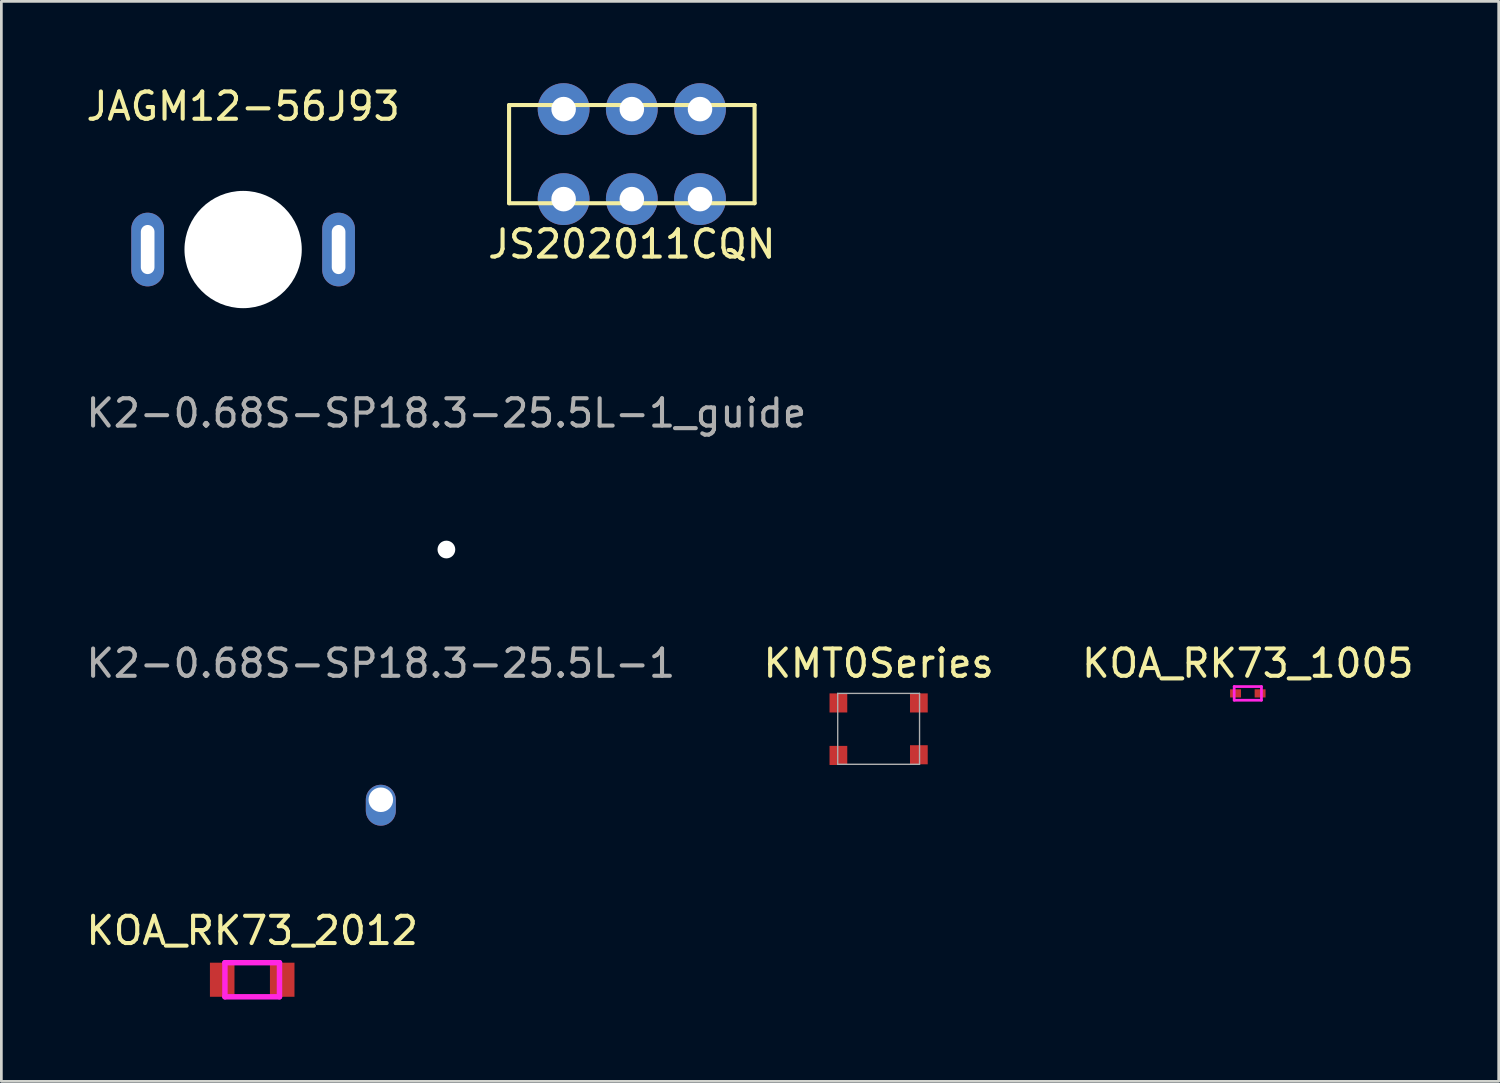
<source format=kicad_pcb>
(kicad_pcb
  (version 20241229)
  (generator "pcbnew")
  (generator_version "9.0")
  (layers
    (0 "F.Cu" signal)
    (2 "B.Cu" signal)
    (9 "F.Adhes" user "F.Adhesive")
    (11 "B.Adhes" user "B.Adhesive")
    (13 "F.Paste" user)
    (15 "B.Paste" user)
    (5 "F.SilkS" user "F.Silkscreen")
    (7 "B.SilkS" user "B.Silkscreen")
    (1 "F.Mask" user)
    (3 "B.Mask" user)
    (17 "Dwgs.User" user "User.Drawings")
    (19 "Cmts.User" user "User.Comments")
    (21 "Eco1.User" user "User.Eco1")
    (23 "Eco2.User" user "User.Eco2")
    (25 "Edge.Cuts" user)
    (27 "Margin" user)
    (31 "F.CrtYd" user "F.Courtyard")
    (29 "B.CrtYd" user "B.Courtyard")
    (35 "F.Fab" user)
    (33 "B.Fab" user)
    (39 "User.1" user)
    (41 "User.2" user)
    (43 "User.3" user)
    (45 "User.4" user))
  (footprint "KMT0Series"
    (layer "F.Cu")
    (at 29.161 23.67)
    (property "Reference" "KMT0Series" (at 0 -2.4 0) (layer "F.SilkS") (effects (font (size 1 1) (thickness 0.15))))
    (attr through_hole)
    (fp_line (start -1.5 -1.3) (end 1.5 -1.3) (stroke (width 0.05) (type solid)) (layer "F.Fab"))
    (fp_line (start -1.5 1.3) (end -1.5 -1.3) (stroke (width 0.05) (type solid)) (layer "F.Fab"))
    (fp_line (start 1.5 -1.3) (end 1.5 1.3) (stroke (width 0.05) (type solid)) (layer "F.Fab"))
    (fp_line (start 1.5 1.3) (end -1.5 1.3) (stroke (width 0.05) (type solid)) (layer "F.Fab"))
    (pad "1" smd rect (at -1.475 -0.95) (size 0.65 0.7) (layers "F.Cu" "F.Mask" "F.Paste"))
    (pad "2" smd rect (at 1.475 -0.95) (size 0.65 0.7) (layers "F.Cu" "F.Mask" "F.Paste"))
    (pad "3" smd rect (at -1.475 0.975) (size 0.65 0.7) (layers "F.Cu" "F.Mask" "F.Paste"))
    (pad "4" smd rect (at 1.475 0.95) (size 0.65 0.7) (layers "F.Cu" "F.Mask" "F.Paste")))
  (footprint "K2-0.68S-SP18.3-25.5L-1"
    (layer "F.Cu")
    (at 10.911 26.27)
    (property "Reference" "K2-0.68S-SP18.3-25.5L-1" (at 0 -5 0) (layer "F.Fab") (effects (font (size 1 1) (thickness 0.15))))
    (attr through_hole)
    (pad "1" thru_hole oval (at 0 0) (size 1.1 1.5) (drill 0.9 (offset 0 0.2)) (layers "*.Cu" "*.Mask")))
  (footprint "KOA_RK73_1005"
    (layer "F.Cu")
    (at 42.696 22.37)
    (property "Reference" "KOA_RK73_1005" (at 0 -1.1 0) (layer "F.SilkS") (effects (font (size 1 1) (thickness 0.15))))
    (attr through_hole)
    (fp_line (start -0.5 -0.25) (end -0.5 0.25) (stroke (width 0.1) (type solid)) (layer "F.CrtYd"))
    (fp_line (start -0.5 0.25) (end 0.5 0.25) (stroke (width 0.1) (type solid)) (layer "F.CrtYd"))
    (fp_line (start 0.5 -0.25) (end -0.5 -0.25) (stroke (width 0.1) (type solid)) (layer "F.CrtYd"))
    (fp_line (start 0.5 0.25) (end 0.5 -0.25) (stroke (width 0.1) (type solid)) (layer "F.CrtYd"))
    (pad "1" smd rect (at -0.45 0) (size 0.4 0.3) (layers "F.Cu" "F.Mask" "F.Paste"))
    (pad "2" smd rect (at 0.45 0) (size 0.4 0.3) (layers "F.Cu" "F.Mask" "F.Paste")))
  (footprint "JS202011CQN"
    (layer "F.Cu")
    (at 20.113 2.6)
    (property "Reference" "JS202011CQN" (at 0 3.3 0) (layer "F.SilkS") (effects (font (size 1 1) (thickness 0.15))))
    (attr through_hole)
    (fp_line (start -4.5 -1.8) (end 4.5 -1.8) (stroke (width 0.15) (type solid)) (layer "F.SilkS"))
    (fp_line (start -4.5 1.8) (end -4.5 -1.8) (stroke (width 0.15) (type solid)) (layer "F.SilkS"))
    (fp_line (start 4.5 -1.8) (end 4.5 1.8) (stroke (width 0.15) (type solid)) (layer "F.SilkS"))
    (fp_line (start 4.5 1.8) (end -4.5 1.8) (stroke (width 0.15) (type solid)) (layer "F.SilkS"))
    (pad "1" thru_hole circle (at -2.5 1.65) (size 1.9 1.9) (drill 0.9) (layers "*.Cu" "*.Mask"))
    (pad "2" thru_hole circle (at 0 1.65) (size 1.9 1.9) (drill 0.9) (layers "*.Cu" "*.Mask"))
    (pad "3" thru_hole circle (at 2.5 1.65) (size 1.9 1.9) (drill 0.9) (layers "*.Cu" "*.Mask"))
    (pad "4" thru_hole circle (at -2.5 -1.65) (size 1.9 1.9) (drill 0.9) (layers "*.Cu" "*.Mask"))
    (pad "5" thru_hole circle (at 0 -1.65) (size 1.9 1.9) (drill 0.9) (layers "*.Cu" "*.Mask"))
    (pad "6" thru_hole circle (at 2.5 -1.65) (size 1.9 1.9) (drill 0.9) (layers "*.Cu" "*.Mask")))
  (footprint "K2-0.68S-SP18.3-25.5L-1_guide"
    (layer "F.Cu")
    (at 13.315 17.096)
    (property "Reference" "K2-0.68S-SP18.3-25.5L-1_guide" (at 0 -5 0) (layer "F.Fab") (effects (font (size 1 1) (thickness 0.15))))
    (attr through_hole)
    (pad "" np_thru_hole circle (at 0 0) (size 0.65 0.65) (drill 0.65) (layers "*.Cu" "*.Mask")))
  (footprint "KOA_RK73_2012"
    (layer "F.Cu")
    (at 6.196 32.868)
    (property "Reference" "KOA_RK73_2012" (at 0 -1.8 0) (layer "F.SilkS") (effects (font (size 1 1) (thickness 0.15))))
    (attr through_hole)
    (fp_line (start -1 -0.625) (end 1 -0.625) (stroke (width 0.2) (type solid)) (layer "F.CrtYd"))
    (fp_line (start -1 0.625) (end -1 -0.625) (stroke (width 0.2) (type solid)) (layer "F.CrtYd"))
    (fp_line (start 1 -0.625) (end 1 0.625) (stroke (width 0.2) (type solid)) (layer "F.CrtYd"))
    (fp_line (start 1 0.625) (end -1 0.625) (stroke (width 0.2) (type solid)) (layer "F.CrtYd"))
    (fp_line (start -1 -0.625) (end 1 -0.625) (stroke (width 0.1) (type solid)) (layer "F.Fab"))
    (fp_line (start -1 0.625) (end -1 -0.625) (stroke (width 0.1) (type solid)) (layer "F.Fab"))
    (fp_line (start 1 -0.625) (end 1 0.625) (stroke (width 0.1) (type solid)) (layer "F.Fab"))
    (fp_line (start 1 0.625) (end -1 0.625) (stroke (width 0.1) (type solid)) (layer "F.Fab"))
    (pad "1" smd rect (at -1.1 0) (size 0.9 1.25) (layers "F.Cu" "F.Mask" "F.Paste"))
    (pad "2" smd rect (at 1.1 0) (size 0.9 1.25) (layers "F.Cu" "F.Mask" "F.Paste")))
  (footprint "JAGM12-56J93"
    (layer "F.Cu")
    (at 5.863 6.098)
    (property "Reference" "JAGM12-56J93" (at 0 -5.25 0) (layer "F.SilkS") (effects (font (size 1 1) (thickness 0.15))))
    (attr through_hole)
    (pad "" np_thru_hole circle (at 0 0) (size 4.3 4.3) (drill 4.3) (layers "*.Cu" "*.Mask"))
    (pad "1" thru_hole oval (at -3.5 0) (size 1.2 2.7) (drill oval 0.5 1.8) (layers "*.Cu" "*.Mask"))
    (pad "2" thru_hole oval (at 3.5 0) (size 1.2 2.7) (drill oval 0.5 1.8) (layers "*.Cu" "*.Mask")))
  (gr_rect
    (start -3 -3)
    (end 51.893 36.593)
    (stroke (width 0.1) (type default))
    (fill no)
    (layer "Edge.Cuts")))
</source>
